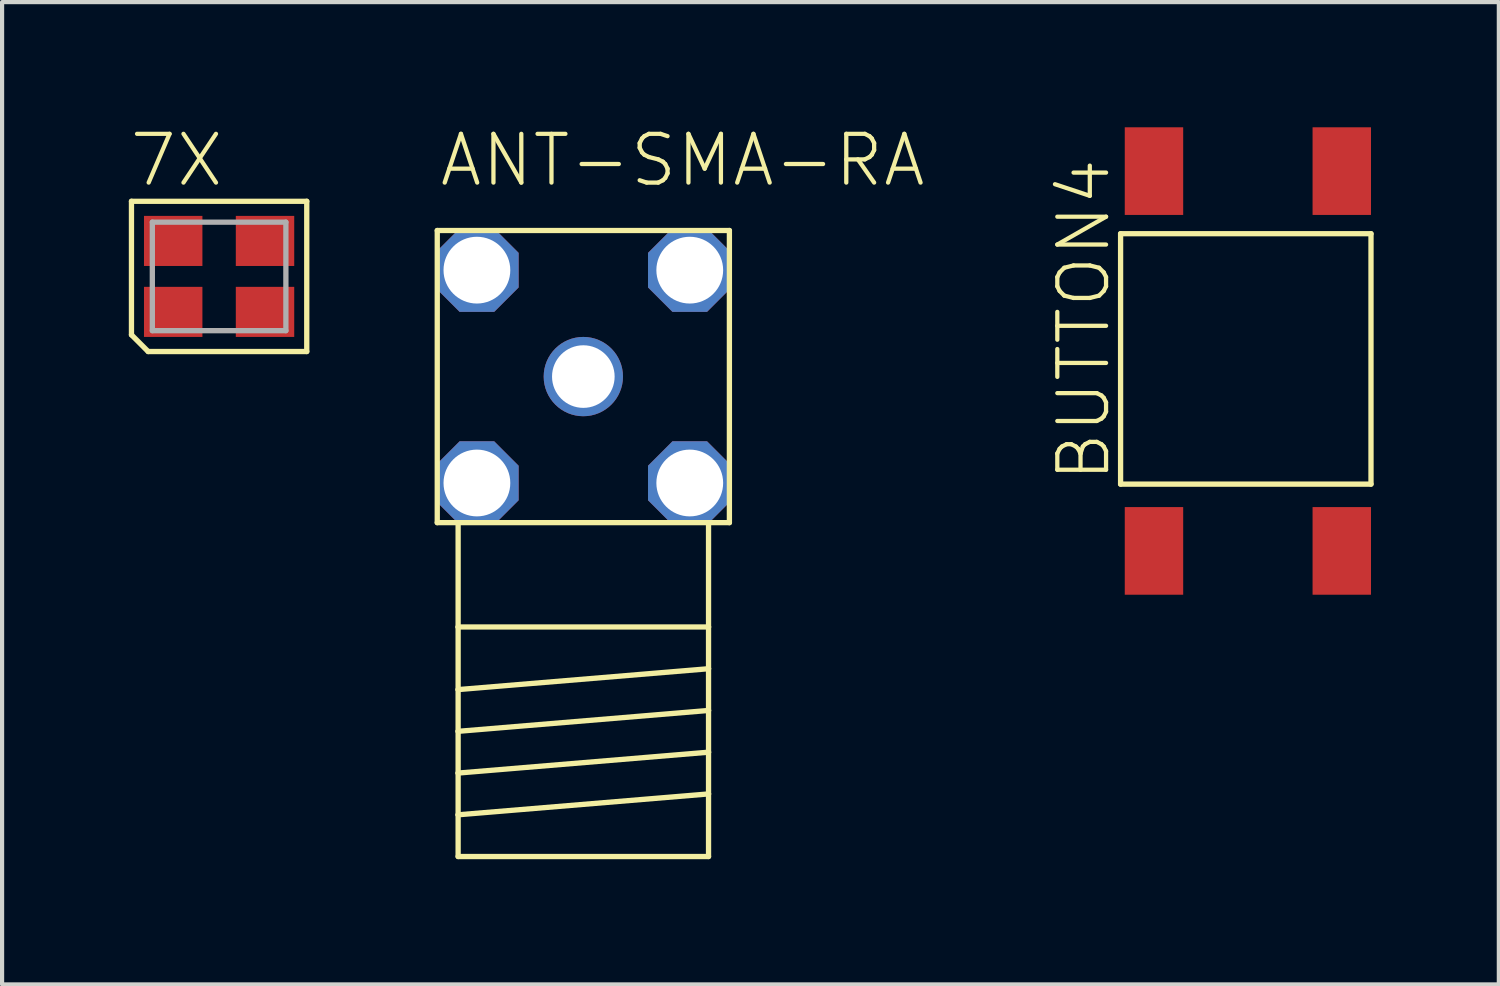
<source format=kicad_pcb>
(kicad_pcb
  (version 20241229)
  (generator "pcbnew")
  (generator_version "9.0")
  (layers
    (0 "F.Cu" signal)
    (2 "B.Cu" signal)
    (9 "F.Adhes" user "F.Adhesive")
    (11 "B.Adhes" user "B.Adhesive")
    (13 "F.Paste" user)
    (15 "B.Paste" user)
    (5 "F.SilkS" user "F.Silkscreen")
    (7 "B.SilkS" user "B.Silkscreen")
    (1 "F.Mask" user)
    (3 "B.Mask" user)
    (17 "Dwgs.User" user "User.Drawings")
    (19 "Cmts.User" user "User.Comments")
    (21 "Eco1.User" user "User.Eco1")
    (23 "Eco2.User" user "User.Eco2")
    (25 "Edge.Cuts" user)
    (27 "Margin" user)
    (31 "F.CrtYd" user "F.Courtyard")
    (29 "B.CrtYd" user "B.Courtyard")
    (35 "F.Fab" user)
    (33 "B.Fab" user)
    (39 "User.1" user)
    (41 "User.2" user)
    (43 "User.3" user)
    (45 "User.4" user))
  (footprint "7X"
    (layer "F.Cu")
    (at 2.2 3.573)
    (property "Reference" "7X" (at -2.2 -2.1 0) (unlocked yes) (layer "F.SilkS") (effects (font (size 1.168 1.168) (thickness 0.102)) (justify left bottom)))
    (fp_line (start -2.1 -1.8) (end 2.1 -1.8) (stroke (width 0.127) (type solid)) (layer "F.SilkS"))
    (fp_line (start -2.1 1.4) (end -2.1 -1.8) (stroke (width 0.127) (type solid)) (layer "F.SilkS"))
    (fp_line (start -1.7 1.8) (end -2.1 1.4) (stroke (width 0.127) (type solid)) (layer "F.SilkS"))
    (fp_line (start 2.1 -1.8) (end 2.1 1.8) (stroke (width 0.127) (type solid)) (layer "F.SilkS"))
    (fp_line (start 2.1 1.8) (end -1.7 1.8) (stroke (width 0.127) (type solid)) (layer "F.SilkS"))
    (fp_line (start -1.6 -1.3) (end 1.6 -1.3) (stroke (width 0.127) (type solid)) (layer "F.Fab"))
    (fp_line (start -1.6 1.3) (end -1.6 -1.3) (stroke (width 0.127) (type solid)) (layer "F.Fab"))
    (fp_line (start 1.6 -1.3) (end 1.6 1.3) (stroke (width 0.127) (type solid)) (layer "F.Fab"))
    (fp_line (start 1.6 1.3) (end -1.6 1.3) (stroke (width 0.127) (type solid)) (layer "F.Fab"))
    (pad "1" smd rect (at -1.1 0.85) (size 1.4 1.2) (layers "F.Cu" "F.Mask" "F.Paste"))
    (pad "2" smd rect (at 1.1 0.85) (size 1.4 1.2) (layers "F.Cu" "F.Mask" "F.Paste"))
    (pad "3" smd rect (at 1.1 -0.85) (size 1.4 1.2) (layers "F.Cu" "F.Mask" "F.Paste"))
    (pad "4" smd rect (at -1.1 -0.85) (size 1.4 1.2) (layers "F.Cu" "F.Mask" "F.Paste")))
  (footprint "BUTTON4"
    (layer "F.Cu")
    (at 24.6 10.15)
    (property "Reference" "BUTTON4" (at -1 -1.6 90) (unlocked yes) (layer "F.SilkS") (effects (font (size 1.168 1.168) (thickness 0.102)) (justify left bottom)))
    (fp_line (start -0.8 -7.6) (end -0.8 -1.6) (stroke (width 0.127) (type solid)) (layer "F.SilkS"))
    (fp_line (start -0.8 -1.6) (end 5.2 -1.6) (stroke (width 0.127) (type solid)) (layer "F.SilkS"))
    (fp_line (start 5.2 -7.6) (end -0.8 -7.6) (stroke (width 0.127) (type solid)) (layer "F.SilkS"))
    (fp_line (start 5.2 -1.6) (end 5.2 -7.6) (stroke (width 0.127) (type solid)) (layer "F.SilkS"))
    (pad "1" smd rect (at 4.5 -9.1 90) (size 2.1 1.4) (layers "F.Cu" "F.Mask" "F.Paste"))
    (pad "2" smd rect (at 4.5 0 90) (size 2.1 1.4) (layers "F.Cu" "F.Mask" "F.Paste"))
    (pad "3" smd rect (at 0 -9.1 90) (size 2.1 1.4) (layers "F.Cu" "F.Mask" "F.Paste"))
    (pad "4" smd rect (at 0 0 90) (size 2.1 1.4) (layers "F.Cu" "F.Mask" "F.Paste")))
  (footprint "ANT-SMA-RA"
    (layer "F.Cu")
    (at 10.927 5.973)
    (property "Reference" "ANT-SMA-RA" (at -3.5 -4.5 0) (unlocked yes) (layer "F.SilkS") (effects (font (size 1.168 1.168) (thickness 0.102)) (justify left bottom)))
    (fp_line (start -3.5 -3.5) (end -3.5 3.5) (stroke (width 0.127) (type solid)) (layer "F.SilkS"))
    (fp_line (start -3.5 3.5) (end -3 3.5) (stroke (width 0.127) (type solid)) (layer "F.SilkS"))
    (fp_line (start -3 3.5) (end -3 6) (stroke (width 0.127) (type solid)) (layer "F.SilkS"))
    (fp_line (start -3 3.5) (end 3 3.5) (stroke (width 0.127) (type solid)) (layer "F.SilkS"))
    (fp_line (start -3 6) (end -3 7.5) (stroke (width 0.127) (type solid)) (layer "F.SilkS"))
    (fp_line (start -3 6) (end 3 6) (stroke (width 0.127) (type solid)) (layer "F.SilkS"))
    (fp_line (start -3 7.5) (end -3 8.5) (stroke (width 0.127) (type solid)) (layer "F.SilkS"))
    (fp_line (start -3 7.5) (end 3 7) (stroke (width 0.127) (type solid)) (layer "F.SilkS"))
    (fp_line (start -3 8.5) (end -3 9.5) (stroke (width 0.127) (type solid)) (layer "F.SilkS"))
    (fp_line (start -3 8.5) (end 3 8) (stroke (width 0.127) (type solid)) (layer "F.SilkS"))
    (fp_line (start -3 9.5) (end -3 10.5) (stroke (width 0.127) (type solid)) (layer "F.SilkS"))
    (fp_line (start -3 9.5) (end 3 9) (stroke (width 0.127) (type solid)) (layer "F.SilkS"))
    (fp_line (start -3 10.5) (end -3 11.5) (stroke (width 0.127) (type solid)) (layer "F.SilkS"))
    (fp_line (start -3 10.5) (end 3 10) (stroke (width 0.127) (type solid)) (layer "F.SilkS"))
    (fp_line (start -3 11.5) (end 3 11.5) (stroke (width 0.127) (type solid)) (layer "F.SilkS"))
    (fp_line (start 3 3.5) (end 3.5 3.5) (stroke (width 0.127) (type solid)) (layer "F.SilkS"))
    (fp_line (start 3 6) (end 3 3.5) (stroke (width 0.127) (type solid)) (layer "F.SilkS"))
    (fp_line (start 3 7) (end 3 6) (stroke (width 0.127) (type solid)) (layer "F.SilkS"))
    (fp_line (start 3 8) (end 3 7) (stroke (width 0.127) (type solid)) (layer "F.SilkS"))
    (fp_line (start 3 9) (end 3 8) (stroke (width 0.127) (type solid)) (layer "F.SilkS"))
    (fp_line (start 3 10) (end 3 9) (stroke (width 0.127) (type solid)) (layer "F.SilkS"))
    (fp_line (start 3 11.5) (end 3 10) (stroke (width 0.127) (type solid)) (layer "F.SilkS"))
    (fp_line (start 3.5 -3.5) (end -3.5 -3.5) (stroke (width 0.127) (type solid)) (layer "F.SilkS"))
    (fp_line (start 3.5 3.5) (end 3.5 -3.5) (stroke (width 0.127) (type solid)) (layer "F.SilkS"))
    (pad "C" thru_hole circle (at 0 0) (size 1.9 1.9) (drill 1.5) (layers "*.Cu" "*.Mask"))
    (pad "GND1" thru_hole roundrect (at -2.55 -2.55) (size 2 2) (drill 1.6) (layers "*.Cu" "*.Mask") (roundrect_rratio 0.25) (chamfer_ratio 0.293) (chamfer top_left top_right bottom_left bottom_right))
    (pad "GND2" thru_hole roundrect (at 2.55 -2.55) (size 2 2) (drill 1.6) (layers "*.Cu" "*.Mask") (roundrect_rratio 0.25) (chamfer_ratio 0.293) (chamfer top_left top_right bottom_left bottom_right))
    (pad "GND3" thru_hole roundrect (at 2.55 2.55) (size 2 2) (drill 1.6) (layers "*.Cu" "*.Mask") (roundrect_rratio 0.25) (chamfer_ratio 0.293) (chamfer top_left top_right bottom_left bottom_right))
    (pad "GND4" thru_hole roundrect (at -2.55 2.55) (size 2 2) (drill 1.6) (layers "*.Cu" "*.Mask") (roundrect_rratio 0.25) (chamfer_ratio 0.293) (chamfer top_left top_right bottom_left bottom_right)))
  (gr_rect
    (start -3 -3)
    (end 32.863 20.537)
    (stroke (width 0.1) (type default))
    (fill no)
    (layer "Edge.Cuts")))
</source>
